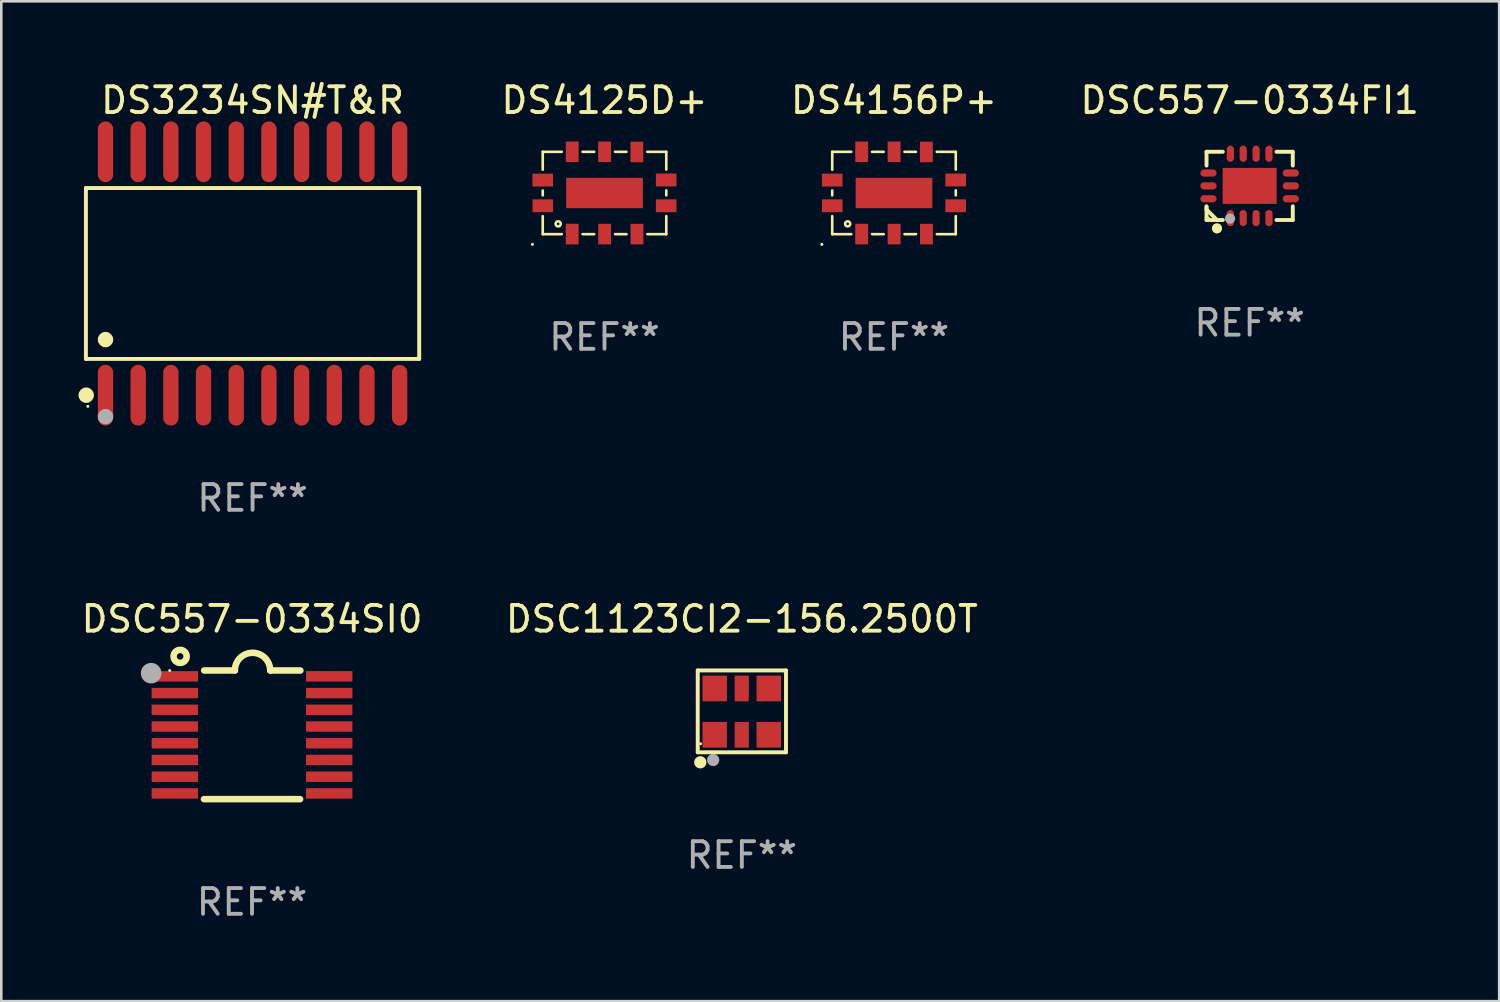
<source format=kicad_pcb>
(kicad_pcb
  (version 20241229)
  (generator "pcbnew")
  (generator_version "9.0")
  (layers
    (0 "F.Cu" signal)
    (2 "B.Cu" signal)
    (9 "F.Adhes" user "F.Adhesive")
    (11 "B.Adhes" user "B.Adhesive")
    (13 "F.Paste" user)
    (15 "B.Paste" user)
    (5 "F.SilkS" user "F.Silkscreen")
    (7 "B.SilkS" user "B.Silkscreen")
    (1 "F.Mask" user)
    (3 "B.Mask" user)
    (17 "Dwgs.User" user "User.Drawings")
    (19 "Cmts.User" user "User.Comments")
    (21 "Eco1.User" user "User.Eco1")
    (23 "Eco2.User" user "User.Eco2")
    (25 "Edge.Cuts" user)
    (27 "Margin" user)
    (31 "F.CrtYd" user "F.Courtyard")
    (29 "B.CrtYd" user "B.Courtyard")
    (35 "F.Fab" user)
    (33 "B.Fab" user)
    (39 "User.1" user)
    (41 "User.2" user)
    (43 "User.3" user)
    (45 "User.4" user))
  (footprint "DS3234SN#T&R"
    (layer "F.Cu")
    (at 6.765 7.578)
    (property "Reference" "DS3234SN#T&R" (at 0 -6.73 0) (layer "F.SilkS") (effects (font (size 1 1) (thickness 0.15))))
    (attr through_hole)
    (fp_line (start -6.476 -3.321) (end 6.476 -3.321) (stroke (width 0.152) (type solid)) (layer "F.SilkS"))
    (fp_line (start -6.476 3.321) (end -6.476 -3.321) (stroke (width 0.152) (type solid)) (layer "F.SilkS"))
    (fp_line (start 6.476 -3.321) (end 6.476 3.321) (stroke (width 0.152) (type solid)) (layer "F.SilkS"))
    (fp_line (start 6.476 3.321) (end -6.476 3.321) (stroke (width 0.152) (type solid)) (layer "F.SilkS"))
    (fp_circle (center -6.465 4.73) (end -6.315 4.73) (stroke (width 0.3) (type solid)) (fill no) (layer "F.SilkS"))
    (fp_circle (center -6.4 5.163) (end -6.37 5.163) (stroke (width 0.06) (type solid)) (fill no) (layer "F.SilkS"))
    (fp_circle (center -5.715 2.569) (end -5.565 2.569) (stroke (width 0.3) (type solid)) (fill no) (layer "F.SilkS"))
    (fp_circle (center -5.715 5.563) (end -5.565 5.563) (stroke (width 0.3) (type solid)) (fill no) (layer "F.Fab"))
    (fp_text user "REF**" (at 0 8.73 0) (layer "F.Fab") (effects (font (size 1 1) (thickness 0.15))))
    (pad "1" smd oval (at -5.715 4.73) (size 0.595 2.36) (layers "F.Cu" "F.Mask" "F.Paste"))
    (pad "2" smd oval (at -4.445 4.73) (size 0.595 2.36) (layers "F.Cu" "F.Mask" "F.Paste"))
    (pad "3" smd oval (at -3.175 4.73) (size 0.595 2.36) (layers "F.Cu" "F.Mask" "F.Paste"))
    (pad "4" smd oval (at -1.905 4.73) (size 0.595 2.36) (layers "F.Cu" "F.Mask" "F.Paste"))
    (pad "5" smd oval (at -0.635 4.73) (size 0.595 2.36) (layers "F.Cu" "F.Mask" "F.Paste"))
    (pad "6" smd oval (at 0.635 4.73) (size 0.595 2.36) (layers "F.Cu" "F.Mask" "F.Paste"))
    (pad "7" smd oval (at 1.905 4.73) (size 0.595 2.36) (layers "F.Cu" "F.Mask" "F.Paste"))
    (pad "8" smd oval (at 3.175 4.73) (size 0.595 2.36) (layers "F.Cu" "F.Mask" "F.Paste"))
    (pad "9" smd oval (at 4.445 4.73) (size 0.595 2.36) (layers "F.Cu" "F.Mask" "F.Paste"))
    (pad "10" smd oval (at 5.715 4.73) (size 0.595 2.36) (layers "F.Cu" "F.Mask" "F.Paste"))
    (pad "11" smd oval (at 5.715 -4.73) (size 0.595 2.36) (layers "F.Cu" "F.Mask" "F.Paste"))
    (pad "12" smd oval (at 4.445 -4.73) (size 0.595 2.36) (layers "F.Cu" "F.Mask" "F.Paste"))
    (pad "13" smd oval (at 3.175 -4.73) (size 0.595 2.36) (layers "F.Cu" "F.Mask" "F.Paste"))
    (pad "14" smd oval (at 1.905 -4.73) (size 0.595 2.36) (layers "F.Cu" "F.Mask" "F.Paste"))
    (pad "15" smd oval (at 0.635 -4.73) (size 0.595 2.36) (layers "F.Cu" "F.Mask" "F.Paste"))
    (pad "16" smd oval (at -0.635 -4.73) (size 0.595 2.36) (layers "F.Cu" "F.Mask" "F.Paste"))
    (pad "17" smd oval (at -1.905 -4.73) (size 0.595 2.36) (layers "F.Cu" "F.Mask" "F.Paste"))
    (pad "18" smd oval (at -3.175 -4.73) (size 0.595 2.36) (layers "F.Cu" "F.Mask" "F.Paste"))
    (pad "19" smd oval (at -4.445 -4.73) (size 0.595 2.36) (layers "F.Cu" "F.Mask" "F.Paste"))
    (pad "20" smd oval (at -5.715 -4.73) (size 0.595 2.36) (layers "F.Cu" "F.Mask" "F.Paste")))
  (footprint "DSC557-0334FI1"
    (layer "F.Cu")
    (at 45.514 4.174)
    (property "Reference" "DSC557-0334FI1" (at 0 -3.326 0) (layer "F.SilkS") (effects (font (size 1 1) (thickness 0.15))))
    (attr through_hole)
    (fp_line (start -1.676 -1.326) (end -1.676 -0.792) (stroke (width 0.152) (type solid)) (layer "F.SilkS"))
    (fp_line (start -1.676 0.82) (end -1.676 0.921) (stroke (width 0.152) (type solid)) (layer "F.SilkS"))
    (fp_line (start -1.676 0.921) (end -1.271 1.326) (stroke (width 0.152) (type solid)) (layer "F.SilkS"))
    (fp_line (start -1.676 1.326) (end -1.676 0.792) (stroke (width 0.152) (type solid)) (layer "F.SilkS"))
    (fp_line (start -1.042 -1.326) (end -1.676 -1.326) (stroke (width 0.152) (type solid)) (layer "F.SilkS"))
    (fp_line (start -1.042 1.326) (end -1.676 1.326) (stroke (width 0.152) (type solid)) (layer "F.SilkS"))
    (fp_line (start 1.042 -1.326) (end 1.676 -1.326) (stroke (width 0.152) (type solid)) (layer "F.SilkS"))
    (fp_line (start 1.042 1.326) (end 1.676 1.326) (stroke (width 0.152) (type solid)) (layer "F.SilkS"))
    (fp_line (start 1.676 -1.326) (end 1.676 -0.792) (stroke (width 0.152) (type solid)) (layer "F.SilkS"))
    (fp_line (start 1.676 1.326) (end 1.676 0.792) (stroke (width 0.152) (type solid)) (layer "F.SilkS"))
    (fp_circle (center -1.6 1.25) (end -1.57 1.25) (stroke (width 0.06) (type solid)) (fill no) (layer "F.SilkS"))
    (fp_circle (center -1.27 1.651) (end -1.17 1.651) (stroke (width 0.2) (type solid)) (fill no) (layer "F.SilkS"))
    (fp_circle (center -0.762 1.27) (end -0.662 1.27) (stroke (width 0.2) (type solid)) (fill no) (layer "F.Fab"))
    (fp_text user "REF**" (at 0 5.326 0) (layer "F.Fab") (effects (font (size 1 1) (thickness 0.15))))
    (pad "1" smd oval (at -0.75 1.25) (size 0.28 0.63) (layers "F.Cu" "F.Mask" "F.Paste"))
    (pad "2" smd oval (at -0.25 1.25) (size 0.28 0.63) (layers "F.Cu" "F.Mask" "F.Paste"))
    (pad "3" smd oval (at 0.25 1.25) (size 0.28 0.63) (layers "F.Cu" "F.Mask" "F.Paste"))
    (pad "4" smd oval (at 0.75 1.25) (size 0.28 0.63) (layers "F.Cu" "F.Mask" "F.Paste"))
    (pad "5" smd oval (at 1.6 0.5) (size 0.63 0.28) (layers "F.Cu" "F.Mask" "F.Paste"))
    (pad "6" smd oval (at 1.6 -0.000013) (size 0.63 0.28) (layers "F.Cu" "F.Mask" "F.Paste"))
    (pad "7" smd oval (at 1.6 -0.5) (size 0.63 0.28) (layers "F.Cu" "F.Mask" "F.Paste"))
    (pad "8" smd oval (at 0.75 -1.25) (size 0.28 0.63) (layers "F.Cu" "F.Mask" "F.Paste"))
    (pad "9" smd oval (at 0.25 -1.25) (size 0.28 0.63) (layers "F.Cu" "F.Mask" "F.Paste"))
    (pad "10" smd oval (at -0.25 -1.25) (size 0.28 0.63) (layers "F.Cu" "F.Mask" "F.Paste"))
    (pad "11" smd oval (at -0.75 -1.25) (size 0.28 0.63) (layers "F.Cu" "F.Mask" "F.Paste"))
    (pad "12" smd oval (at -1.6 -0.5) (size 0.63 0.28) (layers "F.Cu" "F.Mask" "F.Paste"))
    (pad "13" smd oval (at -1.6 -0.000013) (size 0.63 0.28) (layers "F.Cu" "F.Mask" "F.Paste"))
    (pad "14" smd oval (at -1.6 0.5) (size 0.63 0.28) (layers "F.Cu" "F.Mask" "F.Paste"))
    (pad "15" smd rect (at 0 -0.000013) (size 2.1 1.4) (layers "F.Cu" "F.Mask" "F.Paste")))
  (footprint "DSC557-0334SI0"
    (layer "F.Cu")
    (at 6.744 25.506)
    (property "Reference" "DSC557-0334SI0" (at 0 -4.501 0) (layer "F.SilkS") (effects (font (size 1 1) (thickness 0.15))))
    (attr through_hole)
    (fp_line (start -1.868 2.501) (end 1.868 2.501) (stroke (width 0.254) (type solid)) (layer "F.SilkS"))
    (fp_line (start -1.86 -2.499) (end -0.666 -2.501) (stroke (width 0.254) (type solid)) (layer "F.SilkS"))
    (fp_line (start 0.706 -2.501) (end 1.88 -2.499) (stroke (width 0.254) (type solid)) (layer "F.SilkS"))
    (fp_arc (start -0.665914 -2.501448) (mid 0.019888 -3.18725) (end 0.70569 -2.501448) (stroke (width 0.254001) (type solid)) (layer "F.SilkS"))
    (fp_circle (center -3.2 -2.497) (end -3.17 -2.497) (stroke (width 0.06) (type solid)) (fill no) (layer "F.SilkS"))
    (fp_circle (center -2.794 -3.047) (end -2.54 -3.047) (stroke (width 0.254) (type solid)) (fill no) (layer "F.SilkS"))
    (fp_circle (center -3.921 -2.395) (end -3.721 -2.395) (stroke (width 0.4) (type solid)) (fill no) (layer "F.Fab"))
    (fp_text user "REF**" (at 0 6.501 0) (layer "F.Fab") (effects (font (size 1 1) (thickness 0.15))))
    (pad "1" smd rect (at -3 -2.272) (size 1.803 0.406) (layers "F.Cu" "F.Mask" "F.Paste"))
    (pad "2" smd rect (at -3 -1.622) (size 1.803 0.406) (layers "F.Cu" "F.Mask" "F.Paste"))
    (pad "3" smd rect (at -3 -0.972) (size 1.803 0.406) (layers "F.Cu" "F.Mask" "F.Paste"))
    (pad "4" smd rect (at -3 -0.322) (size 1.803 0.406) (layers "F.Cu" "F.Mask" "F.Paste"))
    (pad "5" smd rect (at -3 0.328) (size 1.803 0.406) (layers "F.Cu" "F.Mask" "F.Paste"))
    (pad "6" smd rect (at -3 0.978) (size 1.803 0.406) (layers "F.Cu" "F.Mask" "F.Paste"))
    (pad "7" smd rect (at -3 1.628) (size 1.803 0.406) (layers "F.Cu" "F.Mask" "F.Paste"))
    (pad "8" smd rect (at -3 2.278) (size 1.803 0.406) (layers "F.Cu" "F.Mask" "F.Paste"))
    (pad "9" smd rect (at 3 2.278) (size 1.803 0.406) (layers "F.Cu" "F.Mask" "F.Paste"))
    (pad "10" smd rect (at 3 1.628) (size 1.803 0.406) (layers "F.Cu" "F.Mask" "F.Paste"))
    (pad "11" smd rect (at 3 0.978) (size 1.803 0.406) (layers "F.Cu" "F.Mask" "F.Paste"))
    (pad "12" smd rect (at 3 0.328) (size 1.803 0.406) (layers "F.Cu" "F.Mask" "F.Paste"))
    (pad "13" smd rect (at 3 -0.322) (size 1.803 0.406) (layers "F.Cu" "F.Mask" "F.Paste"))
    (pad "14" smd rect (at 3 -0.972) (size 1.803 0.406) (layers "F.Cu" "F.Mask" "F.Paste"))
    (pad "15" smd rect (at 3 -1.622) (size 1.803 0.406) (layers "F.Cu" "F.Mask" "F.Paste"))
    (pad "16" smd rect (at 3 -2.272) (size 1.803 0.406) (layers "F.Cu" "F.Mask" "F.Paste")))
  (footprint "DS4125D+"
    (layer "F.Cu")
    (at 20.442 4.449)
    (property "Reference" "DS4125D+" (at 0 -3.601 0) (layer "F.SilkS") (effects (font (size 1 1) (thickness 0.15))))
    (attr through_hole)
    (fp_line (start -2.4 -1.599) (end -1.66 -1.599) (stroke (width 0.102) (type solid)) (layer "F.SilkS"))
    (fp_line (start -2.4 -0.905) (end -2.4 -1.599) (stroke (width 0.102) (type solid)) (layer "F.SilkS"))
    (fp_line (start -2.4 0.092) (end -2.4 -0.095) (stroke (width 0.102) (type solid)) (layer "F.SilkS"))
    (fp_line (start -2.4 1.601) (end -2.4 0.902) (stroke (width 0.102) (type solid)) (layer "F.SilkS"))
    (fp_line (start -1.66 1.601) (end -2.4 1.601) (stroke (width 0.102) (type solid)) (layer "F.SilkS"))
    (fp_line (start -0.85 -1.599) (end -0.401 -1.599) (stroke (width 0.102) (type solid)) (layer "F.SilkS"))
    (fp_line (start -0.4 1.601) (end -0.85 1.601) (stroke (width 0.102) (type solid)) (layer "F.SilkS"))
    (fp_line (start 0.409 -1.599) (end 0.853 -1.599) (stroke (width 0.102) (type solid)) (layer "F.SilkS"))
    (fp_line (start 0.856 1.601) (end 0.41 1.601) (stroke (width 0.102) (type solid)) (layer "F.SilkS"))
    (fp_line (start 1.663 -1.599) (end 2.401 -1.599) (stroke (width 0.102) (type solid)) (layer "F.SilkS"))
    (fp_line (start 2.401 -1.599) (end 2.401 -0.91) (stroke (width 0.102) (type solid)) (layer "F.SilkS"))
    (fp_line (start 2.401 -0.1) (end 2.401 0.092) (stroke (width 0.102) (type solid)) (layer "F.SilkS"))
    (fp_line (start 2.401 0.902) (end 2.401 1.601) (stroke (width 0.102) (type solid)) (layer "F.SilkS"))
    (fp_line (start 2.401 1.601) (end 1.666 1.601) (stroke (width 0.102) (type solid)) (layer "F.SilkS"))
    (fp_circle (center -2.801 1.998) (end -2.771 1.998) (stroke (width 0.06) (type solid)) (fill no) (layer "F.SilkS"))
    (fp_circle (center -1.8 1.201) (end -1.7 1.201) (stroke (width 0.1) (type solid)) (fill no) (layer "F.SilkS"))
    (fp_text user "REF**" (at 0 5.601 0) (layer "F.Fab") (effects (font (size 1 1) (thickness 0.15))))
    (pad "1" smd rect (at -1.255 1.598) (size 0.5 0.8) (layers "F.Cu" "F.Mask" "F.Paste"))
    (pad "2" smd rect (at 0.005 1.598) (size 0.5 0.8) (layers "F.Cu" "F.Mask" "F.Paste"))
    (pad "3" smd rect (at 1.262 1.598) (size 0.5 0.8) (layers "F.Cu" "F.Mask" "F.Paste"))
    (pad "4" smd rect (at 1.258 -1.594 180) (size 0.5 0.8) (layers "F.Cu" "F.Mask" "F.Paste"))
    (pad "5" smd rect (at 0.004 -1.601) (size 0.5 0.8) (layers "F.Cu" "F.Mask" "F.Paste"))
    (pad "6" smd rect (at -1.255 -1.601) (size 0.5 0.8) (layers "F.Cu" "F.Mask" "F.Paste"))
    (pad "7" smd rect (at 2.396 0.498 90) (size 0.5 0.8) (layers "F.Cu" "F.Mask" "F.Paste"))
    (pad "8" smd rect (at 2.397 -0.505 90) (size 0.5 0.8) (layers "F.Cu" "F.Mask" "F.Paste"))
    (pad "9" smd rect (at -2.401 -0.5 90) (size 0.5 0.8) (layers "F.Cu" "F.Mask" "F.Paste"))
    (pad "10" smd rect (at -2.398 0.497 90) (size 0.5 0.8) (layers "F.Cu" "F.Mask" "F.Paste"))
    (pad "11" smd rect (at 0.001 0.001 90) (size 1.18 2.98) (layers "F.Cu" "F.Mask" "F.Paste")))
  (footprint "DS4156P+"
    (layer "F.Cu")
    (at 31.692 4.449)
    (property "Reference" "DS4156P+" (at 0 -3.601 0) (layer "F.SilkS") (effects (font (size 1 1) (thickness 0.15))))
    (attr through_hole)
    (fp_line (start -2.4 -1.599) (end -1.66 -1.599) (stroke (width 0.102) (type solid)) (layer "F.SilkS"))
    (fp_line (start -2.4 -0.905) (end -2.4 -1.599) (stroke (width 0.102) (type solid)) (layer "F.SilkS"))
    (fp_line (start -2.4 0.092) (end -2.4 -0.095) (stroke (width 0.102) (type solid)) (layer "F.SilkS"))
    (fp_line (start -2.4 1.601) (end -2.4 0.902) (stroke (width 0.102) (type solid)) (layer "F.SilkS"))
    (fp_line (start -1.66 1.601) (end -2.4 1.601) (stroke (width 0.102) (type solid)) (layer "F.SilkS"))
    (fp_line (start -0.85 -1.599) (end -0.401 -1.599) (stroke (width 0.102) (type solid)) (layer "F.SilkS"))
    (fp_line (start -0.4 1.601) (end -0.85 1.601) (stroke (width 0.102) (type solid)) (layer "F.SilkS"))
    (fp_line (start 0.409 -1.599) (end 0.853 -1.599) (stroke (width 0.102) (type solid)) (layer "F.SilkS"))
    (fp_line (start 0.856 1.601) (end 0.41 1.601) (stroke (width 0.102) (type solid)) (layer "F.SilkS"))
    (fp_line (start 1.663 -1.599) (end 2.401 -1.599) (stroke (width 0.102) (type solid)) (layer "F.SilkS"))
    (fp_line (start 2.401 -1.599) (end 2.401 -0.91) (stroke (width 0.102) (type solid)) (layer "F.SilkS"))
    (fp_line (start 2.401 -0.1) (end 2.401 0.092) (stroke (width 0.102) (type solid)) (layer "F.SilkS"))
    (fp_line (start 2.401 0.902) (end 2.401 1.601) (stroke (width 0.102) (type solid)) (layer "F.SilkS"))
    (fp_line (start 2.401 1.601) (end 1.666 1.601) (stroke (width 0.102) (type solid)) (layer "F.SilkS"))
    (fp_circle (center -2.801 1.998) (end -2.771 1.998) (stroke (width 0.06) (type solid)) (fill no) (layer "F.SilkS"))
    (fp_circle (center -1.8 1.201) (end -1.7 1.201) (stroke (width 0.1) (type solid)) (fill no) (layer "F.SilkS"))
    (fp_text user "REF**" (at 0 5.601 0) (layer "F.Fab") (effects (font (size 1 1) (thickness 0.15))))
    (pad "1" smd rect (at -1.255 1.598) (size 0.5 0.8) (layers "F.Cu" "F.Mask" "F.Paste"))
    (pad "2" smd rect (at 0.005 1.598) (size 0.5 0.8) (layers "F.Cu" "F.Mask" "F.Paste"))
    (pad "3" smd rect (at 1.262 1.598) (size 0.5 0.8) (layers "F.Cu" "F.Mask" "F.Paste"))
    (pad "4" smd rect (at 1.258 -1.594 180) (size 0.5 0.8) (layers "F.Cu" "F.Mask" "F.Paste"))
    (pad "5" smd rect (at 0.004 -1.601) (size 0.5 0.8) (layers "F.Cu" "F.Mask" "F.Paste"))
    (pad "6" smd rect (at -1.255 -1.601) (size 0.5 0.8) (layers "F.Cu" "F.Mask" "F.Paste"))
    (pad "7" smd rect (at 2.396 0.498 90) (size 0.5 0.8) (layers "F.Cu" "F.Mask" "F.Paste"))
    (pad "8" smd rect (at 2.397 -0.505 90) (size 0.5 0.8) (layers "F.Cu" "F.Mask" "F.Paste"))
    (pad "9" smd rect (at -2.401 -0.5 90) (size 0.5 0.8) (layers "F.Cu" "F.Mask" "F.Paste"))
    (pad "10" smd rect (at -2.398 0.497 90) (size 0.5 0.8) (layers "F.Cu" "F.Mask" "F.Paste"))
    (pad "11" smd rect (at 0.001 0.001 90) (size 1.18 2.98) (layers "F.Cu" "F.Mask" "F.Paste")))
  (footprint "DSC1123CI2-156.2500T"
    (layer "F.Cu")
    (at 25.78 24.595)
    (property "Reference" "DSC1123CI2-156.2500T" (at 0 -3.59 0) (layer "F.SilkS") (effects (font (size 1 1) (thickness 0.15))))
    (attr through_hole)
    (fp_line (start -1.715 -1.59) (end -1.715 -1.28) (stroke (width 0.152) (type solid)) (layer "F.SilkS"))
    (fp_line (start -1.715 -1.26) (end -1.715 1.59) (stroke (width 0.152) (type solid)) (layer "F.SilkS"))
    (fp_line (start -1.715 1.59) (end 1.715 1.59) (stroke (width 0.152) (type solid)) (layer "F.SilkS"))
    (fp_line (start 1.715 -1.59) (end -1.715 -1.59) (stroke (width 0.152) (type solid)) (layer "F.SilkS"))
    (fp_line (start 1.715 1.59) (end 1.715 -1.59) (stroke (width 0.152) (type solid)) (layer "F.SilkS"))
    (fp_circle (center -1.615 1.98) (end -1.495 1.98) (stroke (width 0.24) (type solid)) (fill no) (layer "F.SilkS"))
    (fp_circle (center -1.605 1.26) (end -1.575 1.26) (stroke (width 0.06) (type solid)) (fill no) (layer "F.SilkS"))
    (fp_circle (center -1.115 1.89) (end -0.995 1.89) (stroke (width 0.24) (type solid)) (fill no) (layer "F.Fab"))
    (fp_text user "REF**" (at 0 5.59 0) (layer "F.Fab") (effects (font (size 1 1) (thickness 0.15))))
    (pad "1" smd rect (at -1.055 0.91) (size 0.95 1) (layers "F.Cu" "F.Mask" "F.Paste"))
    (pad "2" smd rect (at -0.005 0.91) (size 0.55 1) (layers "F.Cu" "F.Mask" "F.Paste"))
    (pad "3" smd rect (at 1.045 0.91) (size 0.95 1) (layers "F.Cu" "F.Mask" "F.Paste"))
    (pad "4" smd rect (at 1.045 -0.89 180) (size 0.95 1) (layers "F.Cu" "F.Mask" "F.Paste"))
    (pad "5" smd rect (at -0.005 -0.89) (size 0.55 1) (layers "F.Cu" "F.Mask" "F.Paste"))
    (pad "6" smd rect (at -1.055 -0.89 180) (size 0.95 1) (layers "F.Cu" "F.Mask" "F.Paste")))
  (gr_rect
    (start -3 -3)
    (end 55.21 35.856)
    (stroke (width 0.1) (type default))
    (fill no)
    (layer "Edge.Cuts")))
</source>
